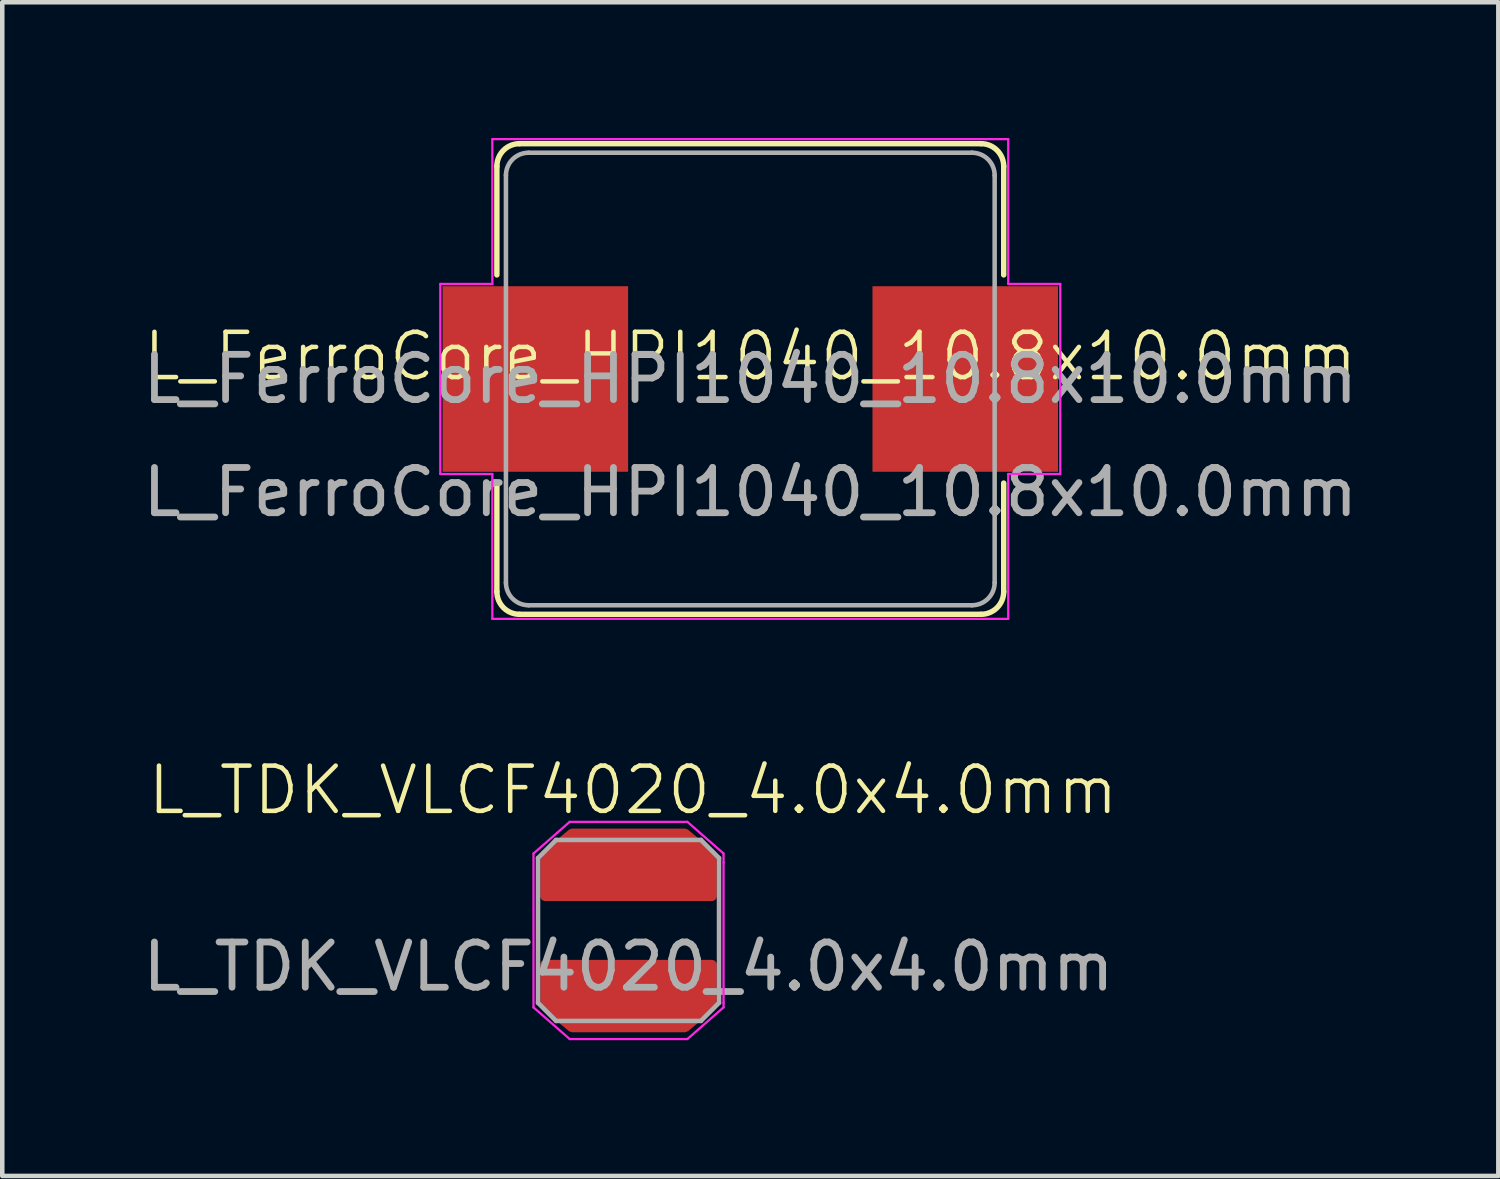
<source format=kicad_pcb>
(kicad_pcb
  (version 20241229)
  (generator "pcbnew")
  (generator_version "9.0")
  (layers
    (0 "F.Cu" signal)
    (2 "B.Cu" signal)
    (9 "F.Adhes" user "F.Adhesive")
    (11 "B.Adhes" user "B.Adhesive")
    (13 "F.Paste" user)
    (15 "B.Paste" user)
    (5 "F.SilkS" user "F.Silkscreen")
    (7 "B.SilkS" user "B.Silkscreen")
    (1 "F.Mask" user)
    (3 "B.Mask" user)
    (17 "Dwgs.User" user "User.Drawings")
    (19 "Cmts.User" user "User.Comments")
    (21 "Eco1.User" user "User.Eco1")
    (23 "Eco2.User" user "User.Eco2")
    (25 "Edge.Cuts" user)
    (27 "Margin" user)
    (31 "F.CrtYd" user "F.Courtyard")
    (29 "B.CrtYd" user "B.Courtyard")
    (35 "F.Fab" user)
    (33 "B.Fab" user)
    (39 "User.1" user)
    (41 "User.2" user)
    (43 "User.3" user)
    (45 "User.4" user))
  (footprint "L_TDK_VLCF4020_4.0x4.0mm"
    (layer "F.Cu")
    (at 10.839 17.511)
    (property "Reference" "L_TDK_VLCF4020_4.0x4.0mm" (at 0.1 -3.1 0) (unlocked yes) (layer "F.SilkS") (effects (font (size 1 1) (thickness 0.1))))
    (attr smd)
    (fp_line (start -2.1 -1.7) (end -2.1 1.7) (stroke (width 0.05) (type default)) (layer "F.CrtYd"))
    (fp_line (start -2.1 1.7) (end -1.3 2.4) (stroke (width 0.05) (type default)) (layer "F.CrtYd"))
    (fp_line (start -1.3 -2.4) (end -2.1 -1.7) (stroke (width 0.05) (type default)) (layer "F.CrtYd"))
    (fp_line (start -1.3 2.4) (end 1.3 2.4) (stroke (width 0.05) (type default)) (layer "F.CrtYd"))
    (fp_line (start -0.7 -2.4) (end -1.3 -2.4) (stroke (width 0.05) (type default)) (layer "F.CrtYd"))
    (fp_line (start 1.3 -2.4) (end -0.7 -2.4) (stroke (width 0.05) (type default)) (layer "F.CrtYd"))
    (fp_line (start 1.3 2.4) (end 2.1 1.7) (stroke (width 0.05) (type default)) (layer "F.CrtYd"))
    (fp_line (start 2.1 -1.7) (end 1.3 -2.4) (stroke (width 0.05) (type default)) (layer "F.CrtYd"))
    (fp_line (start 2.1 -1.5) (end 2.1 -1.7) (stroke (width 0.05) (type default)) (layer "F.CrtYd"))
    (fp_line (start 2.1 1.6) (end 2.1 -1.5) (stroke (width 0.05) (type default)) (layer "F.CrtYd"))
    (fp_line (start 2.1 1.7) (end 2.1 1.6) (stroke (width 0.05) (type default)) (layer "F.CrtYd"))
    (fp_line (start -2 -1.6) (end -1.6 -2) (stroke (width 0.1) (type default)) (layer "F.Fab"))
    (fp_line (start -2 1.6) (end -2 -1.6) (stroke (width 0.1) (type default)) (layer "F.Fab"))
    (fp_line (start -2 1.6) (end -1.6 2) (stroke (width 0.1) (type default)) (layer "F.Fab"))
    (fp_line (start -1.6 -2) (end 1.6 -2) (stroke (width 0.1) (type default)) (layer "F.Fab"))
    (fp_line (start 1.6 2) (end -1.6 2) (stroke (width 0.1) (type default)) (layer "F.Fab"))
    (fp_line (start 2 -1.6) (end 1.6 -2) (stroke (width 0.1) (type default)) (layer "F.Fab"))
    (fp_line (start 2 -1.6) (end 2 1.6) (stroke (width 0.1) (type default)) (layer "F.Fab"))
    (fp_line (start 2 1.6) (end 1.6 2) (stroke (width 0.1) (type default)) (layer "F.Fab"))
    (fp_text user "${REFERENCE}" (at 0 0.8 0) (unlocked yes) (layer "F.Fab") (effects (font (size 1 1) (thickness 0.15))))
    (pad "1" smd custom (at -0.05 1.45 90) (size 0.95 0.95) (layers "F.Cu" "F.Mask" "F.Paste") (options (anchor circle)) (primitives (gr_poly (pts (xy 0.7 1.9) (xy -0.2 1.9) (xy -0.7 1.3) (xy -0.7 -1.2) (xy -0.2 -1.8) (xy 0.7 -1.8)) (width 0.2) (fill yes))))
    (pad "2" smd custom (at -0.05 -1.45 90) (size 1.2 1.2) (layers "F.Cu" "F.Mask" "F.Paste") (options (anchor circle)) (primitives (gr_poly (pts (xy -0.7 -1.8) (xy 0.2 -1.8) (xy 0.7 -1.2) (xy 0.7 1.3) (xy 0.2 1.9) (xy -0.7 1.9)) (width 0.2) (fill yes)))))
  (footprint "L_FerroCore_HPI1040_10.8x10.0mm"
    (layer "F.Cu")
    (at 13.53 5.325)
    (property "Reference" "L_FerroCore_HPI1040_10.8x10.0mm" (at 0 -0.5 0) (unlocked yes) (layer "F.SilkS") (effects (font (size 1 1) (thickness 0.1))))
    (attr smd)
    (fp_line (start -5.6 -4.7) (end -5.6 -2.3) (stroke (width 0.12) (type solid)) (layer "F.SilkS"))
    (fp_line (start -5.6 2.3) (end -5.6 4.7) (stroke (width 0.12) (type solid)) (layer "F.SilkS"))
    (fp_line (start -5.1 -5.2) (end 5.1 -5.2) (stroke (width 0.12) (type solid)) (layer "F.SilkS"))
    (fp_line (start 5.1 5.2) (end -5.1 5.2) (stroke (width 0.12) (type solid)) (layer "F.SilkS"))
    (fp_line (start 5.6 -4.7) (end 5.6 -2.3) (stroke (width 0.12) (type solid)) (layer "F.SilkS"))
    (fp_line (start 5.6 2.3) (end 5.6 4.7) (stroke (width 0.12) (type solid)) (layer "F.SilkS"))
    (fp_arc (start -5.6 -4.7) (mid -5.453553 -5.053553) (end -5.1 -5.2) (stroke (width 0.12) (type solid)) (layer "F.SilkS"))
    (fp_arc (start -5.1 5.2) (mid -5.453553 5.053553) (end -5.6 4.7) (stroke (width 0.12) (type solid)) (layer "F.SilkS"))
    (fp_arc (start 5.1 -5.2) (mid 5.453553 -5.053553) (end 5.6 -4.7) (stroke (width 0.12) (type solid)) (layer "F.SilkS"))
    (fp_arc (start 5.6 4.7) (mid 5.453553 5.053553) (end 5.1 5.2) (stroke (width 0.12) (type solid)) (layer "F.SilkS"))
    (fp_line (start -6.85 -2.1) (end -6.85 2.1) (stroke (width 0.05) (type solid)) (layer "F.CrtYd"))
    (fp_line (start -6.85 -2.1) (end -5.7 -2.1) (stroke (width 0.05) (type solid)) (layer "F.CrtYd"))
    (fp_line (start -5.7 -5.3) (end -5.7 -2.1) (stroke (width 0.05) (type solid)) (layer "F.CrtYd"))
    (fp_line (start -5.7 -5.3) (end 5.7 -5.3) (stroke (width 0.05) (type solid)) (layer "F.CrtYd"))
    (fp_line (start -5.7 2.1) (end -6.85 2.1) (stroke (width 0.05) (type solid)) (layer "F.CrtYd"))
    (fp_line (start -5.7 5.3) (end -5.7 2.1) (stroke (width 0.05) (type solid)) (layer "F.CrtYd"))
    (fp_line (start 5.7 -5.3) (end 5.7 -2.1) (stroke (width 0.05) (type solid)) (layer "F.CrtYd"))
    (fp_line (start 5.7 2.1) (end 5.7 5.3) (stroke (width 0.05) (type solid)) (layer "F.CrtYd"))
    (fp_line (start 5.7 5.3) (end -5.7 5.3) (stroke (width 0.05) (type solid)) (layer "F.CrtYd"))
    (fp_line (start 6.85 -2.1) (end 5.7 -2.1) (stroke (width 0.05) (type solid)) (layer "F.CrtYd"))
    (fp_line (start 6.85 -2.1) (end 6.85 2.1) (stroke (width 0.05) (type solid)) (layer "F.CrtYd"))
    (fp_line (start 6.85 2.1) (end 5.7 2.1) (stroke (width 0.05) (type solid)) (layer "F.CrtYd"))
    (fp_line (start -5.4 -4.5) (end -5.4 4.5) (stroke (width 0.1) (type solid)) (layer "F.Fab"))
    (fp_line (start -4.9 -5) (end 4.9 -5) (stroke (width 0.1) (type solid)) (layer "F.Fab"))
    (fp_line (start 4.9 5) (end -4.9 5) (stroke (width 0.1) (type solid)) (layer "F.Fab"))
    (fp_line (start 5.4 -4.5) (end 5.4 4.5) (stroke (width 0.1) (type solid)) (layer "F.Fab"))
    (fp_arc (start -5.4 -4.5) (mid -5.253555 -4.853555) (end -4.9 -5) (stroke (width 0.1) (type solid)) (layer "F.Fab"))
    (fp_arc (start -4.9 5) (mid -5.253555 4.853555) (end -5.4 4.5) (stroke (width 0.1) (type solid)) (layer "F.Fab"))
    (fp_arc (start 4.9 -5) (mid 5.253553 -4.853553) (end 5.4 -4.5) (stroke (width 0.1) (type solid)) (layer "F.Fab"))
    (fp_arc (start 5.4 4.5) (mid 5.253553 4.853553) (end 4.9 5) (stroke (width 0.1) (type solid)) (layer "F.Fab"))
    (fp_text user "${REFERENCE}" (at 0 2.5 0) (unlocked yes) (layer "F.Fab") (effects (font (size 1 1) (thickness 0.15))))
    (fp_text user "${REFERENCE}" (at 0 0 0) (layer "F.Fab") (effects (font (size 1 1) (thickness 0.15))))
    (pad "1" smd rect (at -4.75 0) (size 4.1 4.1) (layers "F.Cu" "F.Mask" "F.Paste"))
    (pad "2" smd rect (at 4.75 0) (size 4.1 4.1) (layers "F.Cu" "F.Mask" "F.Paste")))
  (gr_rect
    (start -3 -3)
    (end 30.06 22.936)
    (stroke (width 0.1) (type default))
    (fill no)
    (layer "Edge.Cuts")))
</source>
